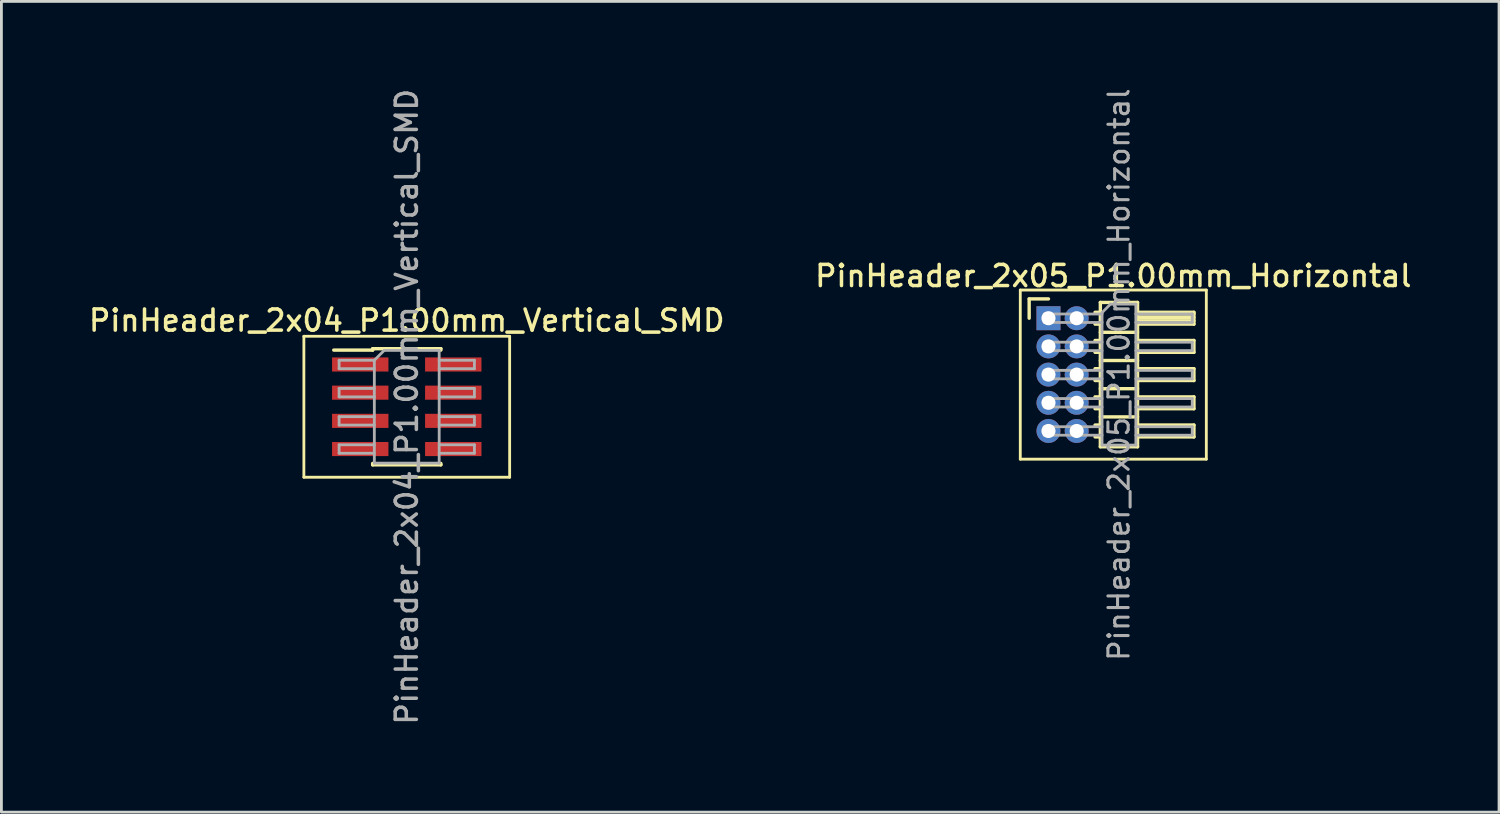
<source format=kicad_pcb>
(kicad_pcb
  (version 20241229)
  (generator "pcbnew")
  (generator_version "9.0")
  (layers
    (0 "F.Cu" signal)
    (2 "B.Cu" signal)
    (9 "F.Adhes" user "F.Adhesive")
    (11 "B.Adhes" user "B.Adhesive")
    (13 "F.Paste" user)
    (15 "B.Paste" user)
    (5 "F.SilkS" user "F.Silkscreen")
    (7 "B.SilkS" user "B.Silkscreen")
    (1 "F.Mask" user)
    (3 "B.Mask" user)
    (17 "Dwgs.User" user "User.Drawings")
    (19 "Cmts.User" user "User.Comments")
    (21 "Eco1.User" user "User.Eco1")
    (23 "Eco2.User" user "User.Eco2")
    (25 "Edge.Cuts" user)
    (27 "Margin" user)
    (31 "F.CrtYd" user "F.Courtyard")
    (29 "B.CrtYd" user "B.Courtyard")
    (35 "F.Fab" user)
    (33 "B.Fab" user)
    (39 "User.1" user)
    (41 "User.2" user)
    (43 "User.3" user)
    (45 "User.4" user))
  (footprint "PinHeader_2x05_P1.00mm_Horizontal"
    (layer "F.Cu")
    (at 34.145 8.239)
    (property "Reference" "PinHeader_2x05_P1.00mm_Horizontal" (at 2.3 -1.5 0) (layer "F.SilkS") (effects (font (size 0.75 0.75) (thickness 0.125))))
    (attr through_hole)
    (fp_line (start -1 -1) (end -1 5) (stroke (width 0.1) (type solid)) (layer "F.SilkS"))
    (fp_line (start -1 5) (end 5.6 5) (stroke (width 0.1) (type solid)) (layer "F.SilkS"))
    (fp_line (start -0.685 -0.685) (end 0 -0.685) (stroke (width 0.12) (type solid)) (layer "F.SilkS"))
    (fp_line (start -0.685 0) (end -0.685 -0.685) (stroke (width 0.12) (type solid)) (layer "F.SilkS"))
    (fp_line (start 1.652 -0.21) (end 1.84 -0.21) (stroke (width 0.12) (type solid)) (layer "F.SilkS"))
    (fp_line (start 1.652 0.21) (end 1.84 0.21) (stroke (width 0.12) (type solid)) (layer "F.SilkS"))
    (fp_line (start 1.652 0.79) (end 1.84 0.79) (stroke (width 0.12) (type solid)) (layer "F.SilkS"))
    (fp_line (start 1.652 1.21) (end 1.84 1.21) (stroke (width 0.12) (type solid)) (layer "F.SilkS"))
    (fp_line (start 1.652 1.79) (end 1.84 1.79) (stroke (width 0.12) (type solid)) (layer "F.SilkS"))
    (fp_line (start 1.652 2.21) (end 1.84 2.21) (stroke (width 0.12) (type solid)) (layer "F.SilkS"))
    (fp_line (start 1.652 2.79) (end 1.84 2.79) (stroke (width 0.12) (type solid)) (layer "F.SilkS"))
    (fp_line (start 1.652 3.21) (end 1.84 3.21) (stroke (width 0.12) (type solid)) (layer "F.SilkS"))
    (fp_line (start 1.652 3.79) (end 1.84 3.79) (stroke (width 0.12) (type solid)) (layer "F.SilkS"))
    (fp_line (start 1.652 4.21) (end 1.84 4.21) (stroke (width 0.12) (type solid)) (layer "F.SilkS"))
    (fp_line (start 1.84 -0.56) (end 1.84 4.56) (stroke (width 0.12) (type solid)) (layer "F.SilkS"))
    (fp_line (start 1.84 0.5) (end 3.16 0.5) (stroke (width 0.12) (type solid)) (layer "F.SilkS"))
    (fp_line (start 1.84 1.5) (end 3.16 1.5) (stroke (width 0.12) (type solid)) (layer "F.SilkS"))
    (fp_line (start 1.84 2.5) (end 3.16 2.5) (stroke (width 0.12) (type solid)) (layer "F.SilkS"))
    (fp_line (start 1.84 3.5) (end 3.16 3.5) (stroke (width 0.12) (type solid)) (layer "F.SilkS"))
    (fp_line (start 1.84 4.56) (end 3.16 4.56) (stroke (width 0.12) (type solid)) (layer "F.SilkS"))
    (fp_line (start 3.16 -0.56) (end 1.84 -0.56) (stroke (width 0.12) (type solid)) (layer "F.SilkS"))
    (fp_line (start 3.16 -0.21) (end 5.16 -0.21) (stroke (width 0.12) (type solid)) (layer "F.SilkS"))
    (fp_line (start 3.16 -0.15) (end 5.16 -0.15) (stroke (width 0.12) (type solid)) (layer "F.SilkS"))
    (fp_line (start 3.16 -0.03) (end 5.16 -0.03) (stroke (width 0.12) (type solid)) (layer "F.SilkS"))
    (fp_line (start 3.16 0.09) (end 5.16 0.09) (stroke (width 0.12) (type solid)) (layer "F.SilkS"))
    (fp_line (start 3.16 0.79) (end 5.16 0.79) (stroke (width 0.12) (type solid)) (layer "F.SilkS"))
    (fp_line (start 3.16 1.79) (end 5.16 1.79) (stroke (width 0.12) (type solid)) (layer "F.SilkS"))
    (fp_line (start 3.16 2.79) (end 5.16 2.79) (stroke (width 0.12) (type solid)) (layer "F.SilkS"))
    (fp_line (start 3.16 3.79) (end 5.16 3.79) (stroke (width 0.12) (type solid)) (layer "F.SilkS"))
    (fp_line (start 3.16 4.56) (end 3.16 -0.56) (stroke (width 0.12) (type solid)) (layer "F.SilkS"))
    (fp_line (start 5.16 -0.21) (end 5.16 0.21) (stroke (width 0.12) (type solid)) (layer "F.SilkS"))
    (fp_line (start 5.16 0.21) (end 3.16 0.21) (stroke (width 0.12) (type solid)) (layer "F.SilkS"))
    (fp_line (start 5.16 0.79) (end 5.16 1.21) (stroke (width 0.12) (type solid)) (layer "F.SilkS"))
    (fp_line (start 5.16 1.21) (end 3.16 1.21) (stroke (width 0.12) (type solid)) (layer "F.SilkS"))
    (fp_line (start 5.16 1.79) (end 5.16 2.21) (stroke (width 0.12) (type solid)) (layer "F.SilkS"))
    (fp_line (start 5.16 2.21) (end 3.16 2.21) (stroke (width 0.12) (type solid)) (layer "F.SilkS"))
    (fp_line (start 5.16 2.79) (end 5.16 3.21) (stroke (width 0.12) (type solid)) (layer "F.SilkS"))
    (fp_line (start 5.16 3.21) (end 3.16 3.21) (stroke (width 0.12) (type solid)) (layer "F.SilkS"))
    (fp_line (start 5.16 3.79) (end 5.16 4.21) (stroke (width 0.12) (type solid)) (layer "F.SilkS"))
    (fp_line (start 5.16 4.21) (end 3.16 4.21) (stroke (width 0.12) (type solid)) (layer "F.SilkS"))
    (fp_line (start 5.6 -1) (end -1 -1) (stroke (width 0.1) (type solid)) (layer "F.SilkS"))
    (fp_line (start 5.6 5) (end 5.6 -1) (stroke (width 0.1) (type solid)) (layer "F.SilkS"))
    (fp_line (start -0.15 -0.15) (end -0.15 0.15) (stroke (width 0.1) (type solid)) (layer "F.Fab"))
    (fp_line (start -0.15 -0.15) (end 1.9 -0.15) (stroke (width 0.1) (type solid)) (layer "F.Fab"))
    (fp_line (start -0.15 0.15) (end 1.9 0.15) (stroke (width 0.1) (type solid)) (layer "F.Fab"))
    (fp_line (start -0.15 0.85) (end -0.15 1.15) (stroke (width 0.1) (type solid)) (layer "F.Fab"))
    (fp_line (start -0.15 0.85) (end 1.9 0.85) (stroke (width 0.1) (type solid)) (layer "F.Fab"))
    (fp_line (start -0.15 1.15) (end 1.9 1.15) (stroke (width 0.1) (type solid)) (layer "F.Fab"))
    (fp_line (start -0.15 1.85) (end -0.15 2.15) (stroke (width 0.1) (type solid)) (layer "F.Fab"))
    (fp_line (start -0.15 1.85) (end 1.9 1.85) (stroke (width 0.1) (type solid)) (layer "F.Fab"))
    (fp_line (start -0.15 2.15) (end 1.9 2.15) (stroke (width 0.1) (type solid)) (layer "F.Fab"))
    (fp_line (start -0.15 2.85) (end -0.15 3.15) (stroke (width 0.1) (type solid)) (layer "F.Fab"))
    (fp_line (start -0.15 2.85) (end 1.9 2.85) (stroke (width 0.1) (type solid)) (layer "F.Fab"))
    (fp_line (start -0.15 3.15) (end 1.9 3.15) (stroke (width 0.1) (type solid)) (layer "F.Fab"))
    (fp_line (start -0.15 3.85) (end -0.15 4.15) (stroke (width 0.1) (type solid)) (layer "F.Fab"))
    (fp_line (start -0.15 3.85) (end 1.9 3.85) (stroke (width 0.1) (type solid)) (layer "F.Fab"))
    (fp_line (start -0.15 4.15) (end 1.9 4.15) (stroke (width 0.1) (type solid)) (layer "F.Fab"))
    (fp_line (start 1.9 -0.2) (end 2.2 -0.5) (stroke (width 0.1) (type solid)) (layer "F.Fab"))
    (fp_line (start 1.9 4.5) (end 1.9 -0.2) (stroke (width 0.1) (type solid)) (layer "F.Fab"))
    (fp_line (start 2.2 -0.5) (end 3.1 -0.5) (stroke (width 0.1) (type solid)) (layer "F.Fab"))
    (fp_line (start 3.1 -0.5) (end 3.1 4.5) (stroke (width 0.1) (type solid)) (layer "F.Fab"))
    (fp_line (start 3.1 -0.15) (end 5.1 -0.15) (stroke (width 0.1) (type solid)) (layer "F.Fab"))
    (fp_line (start 3.1 0.15) (end 5.1 0.15) (stroke (width 0.1) (type solid)) (layer "F.Fab"))
    (fp_line (start 3.1 0.85) (end 5.1 0.85) (stroke (width 0.1) (type solid)) (layer "F.Fab"))
    (fp_line (start 3.1 1.15) (end 5.1 1.15) (stroke (width 0.1) (type solid)) (layer "F.Fab"))
    (fp_line (start 3.1 1.85) (end 5.1 1.85) (stroke (width 0.1) (type solid)) (layer "F.Fab"))
    (fp_line (start 3.1 2.15) (end 5.1 2.15) (stroke (width 0.1) (type solid)) (layer "F.Fab"))
    (fp_line (start 3.1 2.85) (end 5.1 2.85) (stroke (width 0.1) (type solid)) (layer "F.Fab"))
    (fp_line (start 3.1 3.15) (end 5.1 3.15) (stroke (width 0.1) (type solid)) (layer "F.Fab"))
    (fp_line (start 3.1 3.85) (end 5.1 3.85) (stroke (width 0.1) (type solid)) (layer "F.Fab"))
    (fp_line (start 3.1 4.15) (end 5.1 4.15) (stroke (width 0.1) (type solid)) (layer "F.Fab"))
    (fp_line (start 3.1 4.5) (end 1.9 4.5) (stroke (width 0.1) (type solid)) (layer "F.Fab"))
    (fp_line (start 5.1 -0.15) (end 5.1 0.15) (stroke (width 0.1) (type solid)) (layer "F.Fab"))
    (fp_line (start 5.1 0.85) (end 5.1 1.15) (stroke (width 0.1) (type solid)) (layer "F.Fab"))
    (fp_line (start 5.1 1.85) (end 5.1 2.15) (stroke (width 0.1) (type solid)) (layer "F.Fab"))
    (fp_line (start 5.1 2.85) (end 5.1 3.15) (stroke (width 0.1) (type solid)) (layer "F.Fab"))
    (fp_line (start 5.1 3.85) (end 5.1 4.15) (stroke (width 0.1) (type solid)) (layer "F.Fab"))
    (fp_text user "${REFERENCE}" (at 2.5 2 90) (layer "F.Fab") (effects (font (size 0.72 0.72) (thickness 0.108))))
    (pad "1" thru_hole rect (at 0 0) (size 0.85 0.85) (drill 0.5) (layers "*.Cu" "*.Mask"))
    (pad "2" thru_hole oval (at 1 0) (size 0.85 0.85) (drill 0.5) (layers "*.Cu" "*.Mask"))
    (pad "3" thru_hole oval (at 0 1) (size 0.85 0.85) (drill 0.5) (layers "*.Cu" "*.Mask"))
    (pad "4" thru_hole oval (at 1 1) (size 0.85 0.85) (drill 0.5) (layers "*.Cu" "*.Mask"))
    (pad "5" thru_hole oval (at 0 2) (size 0.85 0.85) (drill 0.5) (layers "*.Cu" "*.Mask"))
    (pad "6" thru_hole oval (at 1 2) (size 0.85 0.85) (drill 0.5) (layers "*.Cu" "*.Mask"))
    (pad "7" thru_hole oval (at 0 3) (size 0.85 0.85) (drill 0.5) (layers "*.Cu" "*.Mask"))
    (pad "8" thru_hole oval (at 1 3) (size 0.85 0.85) (drill 0.5) (layers "*.Cu" "*.Mask"))
    (pad "9" thru_hole oval (at 0 4) (size 0.85 0.85) (drill 0.5) (layers "*.Cu" "*.Mask"))
    (pad "10" thru_hole oval (at 1 4) (size 0.85 0.85) (drill 0.5) (layers "*.Cu" "*.Mask")))
  (footprint "PinHeader_2x04_P1.00mm_Vertical_SMD"
    (layer "F.Cu")
    (at 11.38 11.38)
    (property "Reference" "PinHeader_2x04_P1.00mm_Vertical_SMD" (at 0 -3.06 0) (layer "F.SilkS") (effects (font (size 0.75 0.75) (thickness 0.125))))
    (attr smd)
    (fp_line (start -3.65 -2.5) (end -3.65 2.5) (stroke (width 0.1) (type solid)) (layer "F.SilkS"))
    (fp_line (start -3.65 2.5) (end 3.65 2.5) (stroke (width 0.1) (type solid)) (layer "F.SilkS"))
    (fp_line (start -2.59 -2.01) (end -1.21 -2.01) (stroke (width 0.12) (type solid)) (layer "F.SilkS"))
    (fp_line (start -1.21 -2.06) (end -1.21 -2.01) (stroke (width 0.12) (type solid)) (layer "F.SilkS"))
    (fp_line (start -1.21 -2.06) (end 1.21 -2.06) (stroke (width 0.12) (type solid)) (layer "F.SilkS"))
    (fp_line (start -1.21 2.01) (end -1.21 2.06) (stroke (width 0.12) (type solid)) (layer "F.SilkS"))
    (fp_line (start -1.21 2.06) (end 1.21 2.06) (stroke (width 0.12) (type solid)) (layer "F.SilkS"))
    (fp_line (start 1.21 -2.06) (end 1.21 -2.01) (stroke (width 0.12) (type solid)) (layer "F.SilkS"))
    (fp_line (start 1.21 2.01) (end 1.21 2.06) (stroke (width 0.12) (type solid)) (layer "F.SilkS"))
    (fp_line (start 3.65 -2.5) (end -3.65 -2.5) (stroke (width 0.1) (type solid)) (layer "F.SilkS"))
    (fp_line (start 3.65 2.5) (end 3.65 -2.5) (stroke (width 0.1) (type solid)) (layer "F.SilkS"))
    (fp_line (start -2.4 -1.65) (end -2.4 -1.35) (stroke (width 0.1) (type solid)) (layer "F.Fab"))
    (fp_line (start -2.4 -1.35) (end -1.15 -1.35) (stroke (width 0.1) (type solid)) (layer "F.Fab"))
    (fp_line (start -2.4 -0.65) (end -2.4 -0.35) (stroke (width 0.1) (type solid)) (layer "F.Fab"))
    (fp_line (start -2.4 -0.35) (end -1.15 -0.35) (stroke (width 0.1) (type solid)) (layer "F.Fab"))
    (fp_line (start -2.4 0.35) (end -2.4 0.65) (stroke (width 0.1) (type solid)) (layer "F.Fab"))
    (fp_line (start -2.4 0.65) (end -1.15 0.65) (stroke (width 0.1) (type solid)) (layer "F.Fab"))
    (fp_line (start -2.4 1.35) (end -2.4 1.65) (stroke (width 0.1) (type solid)) (layer "F.Fab"))
    (fp_line (start -2.4 1.65) (end -1.15 1.65) (stroke (width 0.1) (type solid)) (layer "F.Fab"))
    (fp_line (start -1.15 -1.65) (end -2.4 -1.65) (stroke (width 0.1) (type solid)) (layer "F.Fab"))
    (fp_line (start -1.15 -1.65) (end -0.8 -2) (stroke (width 0.1) (type solid)) (layer "F.Fab"))
    (fp_line (start -1.15 -0.65) (end -2.4 -0.65) (stroke (width 0.1) (type solid)) (layer "F.Fab"))
    (fp_line (start -1.15 0.35) (end -2.4 0.35) (stroke (width 0.1) (type solid)) (layer "F.Fab"))
    (fp_line (start -1.15 1.35) (end -2.4 1.35) (stroke (width 0.1) (type solid)) (layer "F.Fab"))
    (fp_line (start -1.15 2) (end -1.15 -1.65) (stroke (width 0.1) (type solid)) (layer "F.Fab"))
    (fp_line (start -0.8 -2) (end 1.15 -2) (stroke (width 0.1) (type solid)) (layer "F.Fab"))
    (fp_line (start 1.15 -2) (end 1.15 2) (stroke (width 0.1) (type solid)) (layer "F.Fab"))
    (fp_line (start 1.15 -1.65) (end 2.4 -1.65) (stroke (width 0.1) (type solid)) (layer "F.Fab"))
    (fp_line (start 1.15 -0.65) (end 2.4 -0.65) (stroke (width 0.1) (type solid)) (layer "F.Fab"))
    (fp_line (start 1.15 0.35) (end 2.4 0.35) (stroke (width 0.1) (type solid)) (layer "F.Fab"))
    (fp_line (start 1.15 1.35) (end 2.4 1.35) (stroke (width 0.1) (type solid)) (layer "F.Fab"))
    (fp_line (start 1.15 2) (end -1.15 2) (stroke (width 0.1) (type solid)) (layer "F.Fab"))
    (fp_line (start 2.4 -1.65) (end 2.4 -1.35) (stroke (width 0.1) (type solid)) (layer "F.Fab"))
    (fp_line (start 2.4 -1.35) (end 1.15 -1.35) (stroke (width 0.1) (type solid)) (layer "F.Fab"))
    (fp_line (start 2.4 -0.65) (end 2.4 -0.35) (stroke (width 0.1) (type solid)) (layer "F.Fab"))
    (fp_line (start 2.4 -0.35) (end 1.15 -0.35) (stroke (width 0.1) (type solid)) (layer "F.Fab"))
    (fp_line (start 2.4 0.35) (end 2.4 0.65) (stroke (width 0.1) (type solid)) (layer "F.Fab"))
    (fp_line (start 2.4 0.65) (end 1.15 0.65) (stroke (width 0.1) (type solid)) (layer "F.Fab"))
    (fp_line (start 2.4 1.35) (end 2.4 1.65) (stroke (width 0.1) (type solid)) (layer "F.Fab"))
    (fp_line (start 2.4 1.65) (end 1.15 1.65) (stroke (width 0.1) (type solid)) (layer "F.Fab"))
    (fp_text user "${REFERENCE}" (at 0 0 90) (layer "F.Fab") (effects (font (size 0.75 0.75) (thickness 0.125))))
    (pad "1" smd rect (at -1.65 -1.5) (size 2 0.5) (layers "F.Cu" "F.Mask" "F.Paste"))
    (pad "2" smd rect (at 1.65 -1.5) (size 2 0.5) (layers "F.Cu" "F.Mask" "F.Paste"))
    (pad "3" smd rect (at -1.65 -0.5) (size 2 0.5) (layers "F.Cu" "F.Mask" "F.Paste"))
    (pad "4" smd rect (at 1.65 -0.5) (size 2 0.5) (layers "F.Cu" "F.Mask" "F.Paste"))
    (pad "5" smd rect (at -1.65 0.5) (size 2 0.5) (layers "F.Cu" "F.Mask" "F.Paste"))
    (pad "6" smd rect (at 1.65 0.5) (size 2 0.5) (layers "F.Cu" "F.Mask" "F.Paste"))
    (pad "7" smd rect (at -1.65 1.5) (size 2 0.5) (layers "F.Cu" "F.Mask" "F.Paste"))
    (pad "8" smd rect (at 1.65 1.5) (size 2 0.5) (layers "F.Cu" "F.Mask" "F.Paste")))
  (gr_rect
    (start -3 -3)
    (end 50.129 25.761)
    (stroke (width 0.1) (type default))
    (fill no)
    (layer "Edge.Cuts")))
</source>
